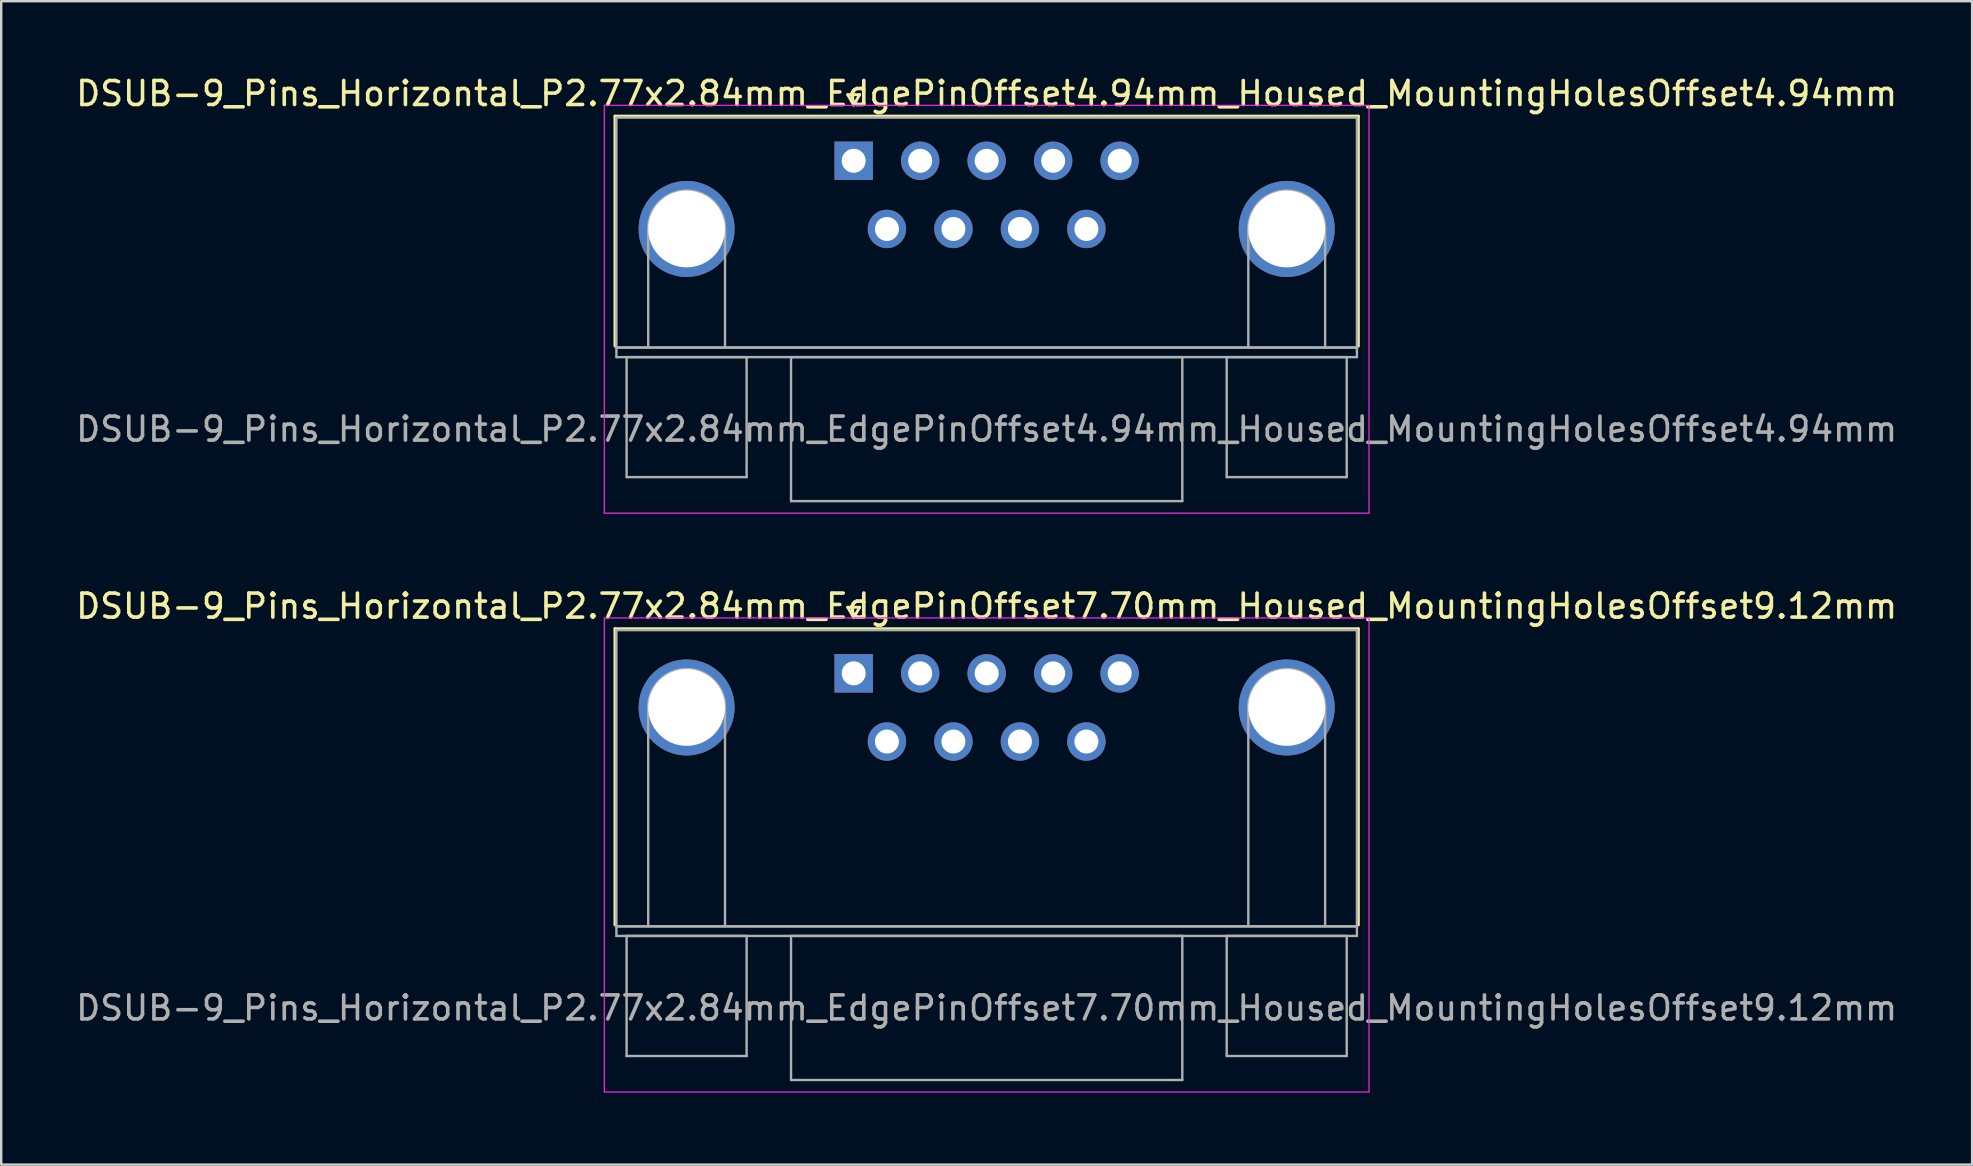
<source format=kicad_pcb>
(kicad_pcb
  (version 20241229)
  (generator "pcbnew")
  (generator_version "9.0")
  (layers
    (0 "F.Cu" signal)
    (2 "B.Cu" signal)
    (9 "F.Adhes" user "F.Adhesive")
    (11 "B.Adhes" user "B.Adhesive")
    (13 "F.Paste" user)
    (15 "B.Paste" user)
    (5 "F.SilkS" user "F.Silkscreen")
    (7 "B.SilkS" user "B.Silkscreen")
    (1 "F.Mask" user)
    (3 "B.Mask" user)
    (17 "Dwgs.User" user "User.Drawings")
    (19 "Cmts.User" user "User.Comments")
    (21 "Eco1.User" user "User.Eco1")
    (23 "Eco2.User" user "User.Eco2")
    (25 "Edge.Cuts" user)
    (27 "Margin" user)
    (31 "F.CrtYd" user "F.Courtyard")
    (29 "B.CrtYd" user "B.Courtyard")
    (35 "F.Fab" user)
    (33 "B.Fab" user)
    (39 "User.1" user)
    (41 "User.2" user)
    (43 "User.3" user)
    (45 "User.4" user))
  (footprint "DSUB-9_Pins_Horizontal_P2.77x2.84mm_EdgePinOffset4.94mm_Housed_MountingHolesOffset4.94mm"
    (layer "F.Cu")
    (at 32.514 3.648)
    (property "Reference" "DSUB-9_Pins_Horizontal_P2.77x2.84mm_EdgePinOffset4.94mm_Housed_MountingHolesOffset4.94mm" (at 5.54 -2.8 0) (layer "F.SilkS") (effects (font (size 1 1) (thickness 0.15))))
    (attr through_hole)
    (fp_line (start -9.945 -1.86) (end 21.025 -1.86) (stroke (width 0.12) (type solid)) (layer "F.SilkS"))
    (fp_line (start -9.945 7.72) (end -9.945 -1.86) (stroke (width 0.12) (type solid)) (layer "F.SilkS"))
    (fp_line (start -0.25 -2.754) (end 0.25 -2.754) (stroke (width 0.12) (type solid)) (layer "F.SilkS"))
    (fp_line (start 0 -2.321) (end -0.25 -2.754) (stroke (width 0.12) (type solid)) (layer "F.SilkS"))
    (fp_line (start 0.25 -2.754) (end 0 -2.321) (stroke (width 0.12) (type solid)) (layer "F.SilkS"))
    (fp_line (start 21.025 -1.86) (end 21.025 7.72) (stroke (width 0.12) (type solid)) (layer "F.SilkS"))
    (fp_line (start -10.39 -2.31) (end -10.39 14.68) (stroke (width 0.05) (type solid)) (layer "F.CrtYd"))
    (fp_line (start -10.39 14.68) (end 21.47 14.68) (stroke (width 0.05) (type solid)) (layer "F.CrtYd"))
    (fp_line (start 21.47 -2.31) (end -10.39 -2.31) (stroke (width 0.05) (type solid)) (layer "F.CrtYd"))
    (fp_line (start 21.47 14.68) (end 21.47 -2.31) (stroke (width 0.05) (type solid)) (layer "F.CrtYd"))
    (fp_line (start -9.885 -1.8) (end -9.885 7.78) (stroke (width 0.1) (type solid)) (layer "F.Fab"))
    (fp_line (start -9.885 7.78) (end -9.885 8.18) (stroke (width 0.1) (type solid)) (layer "F.Fab"))
    (fp_line (start -9.885 7.78) (end 20.965 7.78) (stroke (width 0.1) (type solid)) (layer "F.Fab"))
    (fp_line (start -9.885 8.18) (end 20.965 8.18) (stroke (width 0.1) (type solid)) (layer "F.Fab"))
    (fp_line (start -9.46 8.18) (end -9.46 13.18) (stroke (width 0.1) (type solid)) (layer "F.Fab"))
    (fp_line (start -9.46 13.18) (end -4.46 13.18) (stroke (width 0.1) (type solid)) (layer "F.Fab"))
    (fp_line (start -8.56 7.78) (end -8.56 2.84) (stroke (width 0.1) (type solid)) (layer "F.Fab"))
    (fp_line (start -5.36 7.78) (end -5.36 2.84) (stroke (width 0.1) (type solid)) (layer "F.Fab"))
    (fp_line (start -4.46 8.18) (end -9.46 8.18) (stroke (width 0.1) (type solid)) (layer "F.Fab"))
    (fp_line (start -4.46 13.18) (end -4.46 8.18) (stroke (width 0.1) (type solid)) (layer "F.Fab"))
    (fp_line (start -2.61 8.18) (end -2.61 14.18) (stroke (width 0.1) (type solid)) (layer "F.Fab"))
    (fp_line (start -2.61 14.18) (end 13.69 14.18) (stroke (width 0.1) (type solid)) (layer "F.Fab"))
    (fp_line (start 13.69 8.18) (end -2.61 8.18) (stroke (width 0.1) (type solid)) (layer "F.Fab"))
    (fp_line (start 13.69 14.18) (end 13.69 8.18) (stroke (width 0.1) (type solid)) (layer "F.Fab"))
    (fp_line (start 15.54 8.18) (end 15.54 13.18) (stroke (width 0.1) (type solid)) (layer "F.Fab"))
    (fp_line (start 15.54 13.18) (end 20.54 13.18) (stroke (width 0.1) (type solid)) (layer "F.Fab"))
    (fp_line (start 16.44 7.78) (end 16.44 2.84) (stroke (width 0.1) (type solid)) (layer "F.Fab"))
    (fp_line (start 19.64 7.78) (end 19.64 2.84) (stroke (width 0.1) (type solid)) (layer "F.Fab"))
    (fp_line (start 20.54 8.18) (end 15.54 8.18) (stroke (width 0.1) (type solid)) (layer "F.Fab"))
    (fp_line (start 20.54 13.18) (end 20.54 8.18) (stroke (width 0.1) (type solid)) (layer "F.Fab"))
    (fp_line (start 20.965 -1.8) (end -9.885 -1.8) (stroke (width 0.1) (type solid)) (layer "F.Fab"))
    (fp_line (start 20.965 7.78) (end -9.885 7.78) (stroke (width 0.1) (type solid)) (layer "F.Fab"))
    (fp_line (start 20.965 7.78) (end 20.965 -1.8) (stroke (width 0.1) (type solid)) (layer "F.Fab"))
    (fp_line (start 20.965 8.18) (end 20.965 7.78) (stroke (width 0.1) (type solid)) (layer "F.Fab"))
    (fp_arc (start -8.56 2.84) (mid -6.96 1.24) (end -5.36 2.84) (stroke (width 0.1) (type solid)) (layer "F.Fab"))
    (fp_arc (start 16.44 2.84) (mid 18.04 1.24) (end 19.64 2.84) (stroke (width 0.1) (type solid)) (layer "F.Fab"))
    (fp_text user "${REFERENCE}" (at 5.54 11.18 0) (layer "F.Fab") (effects (font (size 1 1) (thickness 0.15))))
    (pad "0" thru_hole circle (at -6.96 2.84) (size 4 4) (drill 3.2) (layers "*.Cu" "*.Mask"))
    (pad "0" thru_hole circle (at 18.04 2.84) (size 4 4) (drill 3.2) (layers "*.Cu" "*.Mask"))
    (pad "1" thru_hole rect (at 0 0) (size 1.6 1.6) (drill 1) (layers "*.Cu" "*.Mask"))
    (pad "2" thru_hole circle (at 2.77 0) (size 1.6 1.6) (drill 1) (layers "*.Cu" "*.Mask"))
    (pad "3" thru_hole circle (at 5.54 0) (size 1.6 1.6) (drill 1) (layers "*.Cu" "*.Mask"))
    (pad "4" thru_hole circle (at 8.31 0) (size 1.6 1.6) (drill 1) (layers "*.Cu" "*.Mask"))
    (pad "5" thru_hole circle (at 11.08 0) (size 1.6 1.6) (drill 1) (layers "*.Cu" "*.Mask"))
    (pad "6" thru_hole circle (at 1.385 2.84) (size 1.6 1.6) (drill 1) (layers "*.Cu" "*.Mask"))
    (pad "7" thru_hole circle (at 4.155 2.84) (size 1.6 1.6) (drill 1) (layers "*.Cu" "*.Mask"))
    (pad "8" thru_hole circle (at 6.925 2.84) (size 1.6 1.6) (drill 1) (layers "*.Cu" "*.Mask"))
    (pad "9" thru_hole circle (at 9.695 2.84) (size 1.6 1.6) (drill 1) (layers "*.Cu" "*.Mask")))
  (footprint "DSUB-9_Pins_Horizontal_P2.77x2.84mm_EdgePinOffset7.70mm_Housed_MountingHolesOffset9.12mm"
    (layer "F.Cu")
    (at 32.514 25.002)
    (property "Reference" "DSUB-9_Pins_Horizontal_P2.77x2.84mm_EdgePinOffset7.70mm_Housed_MountingHolesOffset9.12mm" (at 5.54 -2.8 0) (layer "F.SilkS") (effects (font (size 1 1) (thickness 0.15))))
    (attr through_hole)
    (fp_line (start -9.945 -1.86) (end 21.025 -1.86) (stroke (width 0.12) (type solid)) (layer "F.SilkS"))
    (fp_line (start -9.945 10.48) (end -9.945 -1.86) (stroke (width 0.12) (type solid)) (layer "F.SilkS"))
    (fp_line (start -0.25 -2.754) (end 0.25 -2.754) (stroke (width 0.12) (type solid)) (layer "F.SilkS"))
    (fp_line (start 0 -2.321) (end -0.25 -2.754) (stroke (width 0.12) (type solid)) (layer "F.SilkS"))
    (fp_line (start 0.25 -2.754) (end 0 -2.321) (stroke (width 0.12) (type solid)) (layer "F.SilkS"))
    (fp_line (start 21.025 -1.86) (end 21.025 10.48) (stroke (width 0.12) (type solid)) (layer "F.SilkS"))
    (fp_line (start -10.39 -2.31) (end -10.39 17.44) (stroke (width 0.05) (type solid)) (layer "F.CrtYd"))
    (fp_line (start -10.39 17.44) (end 21.47 17.44) (stroke (width 0.05) (type solid)) (layer "F.CrtYd"))
    (fp_line (start 21.47 -2.31) (end -10.39 -2.31) (stroke (width 0.05) (type solid)) (layer "F.CrtYd"))
    (fp_line (start 21.47 17.44) (end 21.47 -2.31) (stroke (width 0.05) (type solid)) (layer "F.CrtYd"))
    (fp_line (start -9.885 -1.8) (end -9.885 10.54) (stroke (width 0.1) (type solid)) (layer "F.Fab"))
    (fp_line (start -9.885 10.54) (end -9.885 10.94) (stroke (width 0.1) (type solid)) (layer "F.Fab"))
    (fp_line (start -9.885 10.54) (end 20.965 10.54) (stroke (width 0.1) (type solid)) (layer "F.Fab"))
    (fp_line (start -9.885 10.94) (end 20.965 10.94) (stroke (width 0.1) (type solid)) (layer "F.Fab"))
    (fp_line (start -9.46 10.94) (end -9.46 15.94) (stroke (width 0.1) (type solid)) (layer "F.Fab"))
    (fp_line (start -9.46 15.94) (end -4.46 15.94) (stroke (width 0.1) (type solid)) (layer "F.Fab"))
    (fp_line (start -8.56 10.54) (end -8.56 1.42) (stroke (width 0.1) (type solid)) (layer "F.Fab"))
    (fp_line (start -5.36 10.54) (end -5.36 1.42) (stroke (width 0.1) (type solid)) (layer "F.Fab"))
    (fp_line (start -4.46 10.94) (end -9.46 10.94) (stroke (width 0.1) (type solid)) (layer "F.Fab"))
    (fp_line (start -4.46 15.94) (end -4.46 10.94) (stroke (width 0.1) (type solid)) (layer "F.Fab"))
    (fp_line (start -2.61 10.94) (end -2.61 16.94) (stroke (width 0.1) (type solid)) (layer "F.Fab"))
    (fp_line (start -2.61 16.94) (end 13.69 16.94) (stroke (width 0.1) (type solid)) (layer "F.Fab"))
    (fp_line (start 13.69 10.94) (end -2.61 10.94) (stroke (width 0.1) (type solid)) (layer "F.Fab"))
    (fp_line (start 13.69 16.94) (end 13.69 10.94) (stroke (width 0.1) (type solid)) (layer "F.Fab"))
    (fp_line (start 15.54 10.94) (end 15.54 15.94) (stroke (width 0.1) (type solid)) (layer "F.Fab"))
    (fp_line (start 15.54 15.94) (end 20.54 15.94) (stroke (width 0.1) (type solid)) (layer "F.Fab"))
    (fp_line (start 16.44 10.54) (end 16.44 1.42) (stroke (width 0.1) (type solid)) (layer "F.Fab"))
    (fp_line (start 19.64 10.54) (end 19.64 1.42) (stroke (width 0.1) (type solid)) (layer "F.Fab"))
    (fp_line (start 20.54 10.94) (end 15.54 10.94) (stroke (width 0.1) (type solid)) (layer "F.Fab"))
    (fp_line (start 20.54 15.94) (end 20.54 10.94) (stroke (width 0.1) (type solid)) (layer "F.Fab"))
    (fp_line (start 20.965 -1.8) (end -9.885 -1.8) (stroke (width 0.1) (type solid)) (layer "F.Fab"))
    (fp_line (start 20.965 10.54) (end -9.885 10.54) (stroke (width 0.1) (type solid)) (layer "F.Fab"))
    (fp_line (start 20.965 10.54) (end 20.965 -1.8) (stroke (width 0.1) (type solid)) (layer "F.Fab"))
    (fp_line (start 20.965 10.94) (end 20.965 10.54) (stroke (width 0.1) (type solid)) (layer "F.Fab"))
    (fp_arc (start -8.56 1.42) (mid -6.96 -0.18) (end -5.36 1.42) (stroke (width 0.1) (type solid)) (layer "F.Fab"))
    (fp_arc (start 16.44 1.42) (mid 18.04 -0.18) (end 19.64 1.42) (stroke (width 0.1) (type solid)) (layer "F.Fab"))
    (fp_text user "${REFERENCE}" (at 5.54 13.94 0) (layer "F.Fab") (effects (font (size 1 1) (thickness 0.15))))
    (pad "0" thru_hole circle (at -6.96 1.42) (size 4 4) (drill 3.2) (layers "*.Cu" "*.Mask"))
    (pad "0" thru_hole circle (at 18.04 1.42) (size 4 4) (drill 3.2) (layers "*.Cu" "*.Mask"))
    (pad "1" thru_hole rect (at 0 0) (size 1.6 1.6) (drill 1) (layers "*.Cu" "*.Mask"))
    (pad "2" thru_hole circle (at 2.77 0) (size 1.6 1.6) (drill 1) (layers "*.Cu" "*.Mask"))
    (pad "3" thru_hole circle (at 5.54 0) (size 1.6 1.6) (drill 1) (layers "*.Cu" "*.Mask"))
    (pad "4" thru_hole circle (at 8.31 0) (size 1.6 1.6) (drill 1) (layers "*.Cu" "*.Mask"))
    (pad "5" thru_hole circle (at 11.08 0) (size 1.6 1.6) (drill 1) (layers "*.Cu" "*.Mask"))
    (pad "6" thru_hole circle (at 1.385 2.84) (size 1.6 1.6) (drill 1) (layers "*.Cu" "*.Mask"))
    (pad "7" thru_hole circle (at 4.155 2.84) (size 1.6 1.6) (drill 1) (layers "*.Cu" "*.Mask"))
    (pad "8" thru_hole circle (at 6.925 2.84) (size 1.6 1.6) (drill 1) (layers "*.Cu" "*.Mask"))
    (pad "9" thru_hole circle (at 9.695 2.84) (size 1.6 1.6) (drill 1) (layers "*.Cu" "*.Mask")))
  (gr_rect
    (start -3 -3)
    (end 79.107 45.467)
    (stroke (width 0.1) (type default))
    (fill no)
    (layer "Edge.Cuts")))
</source>
